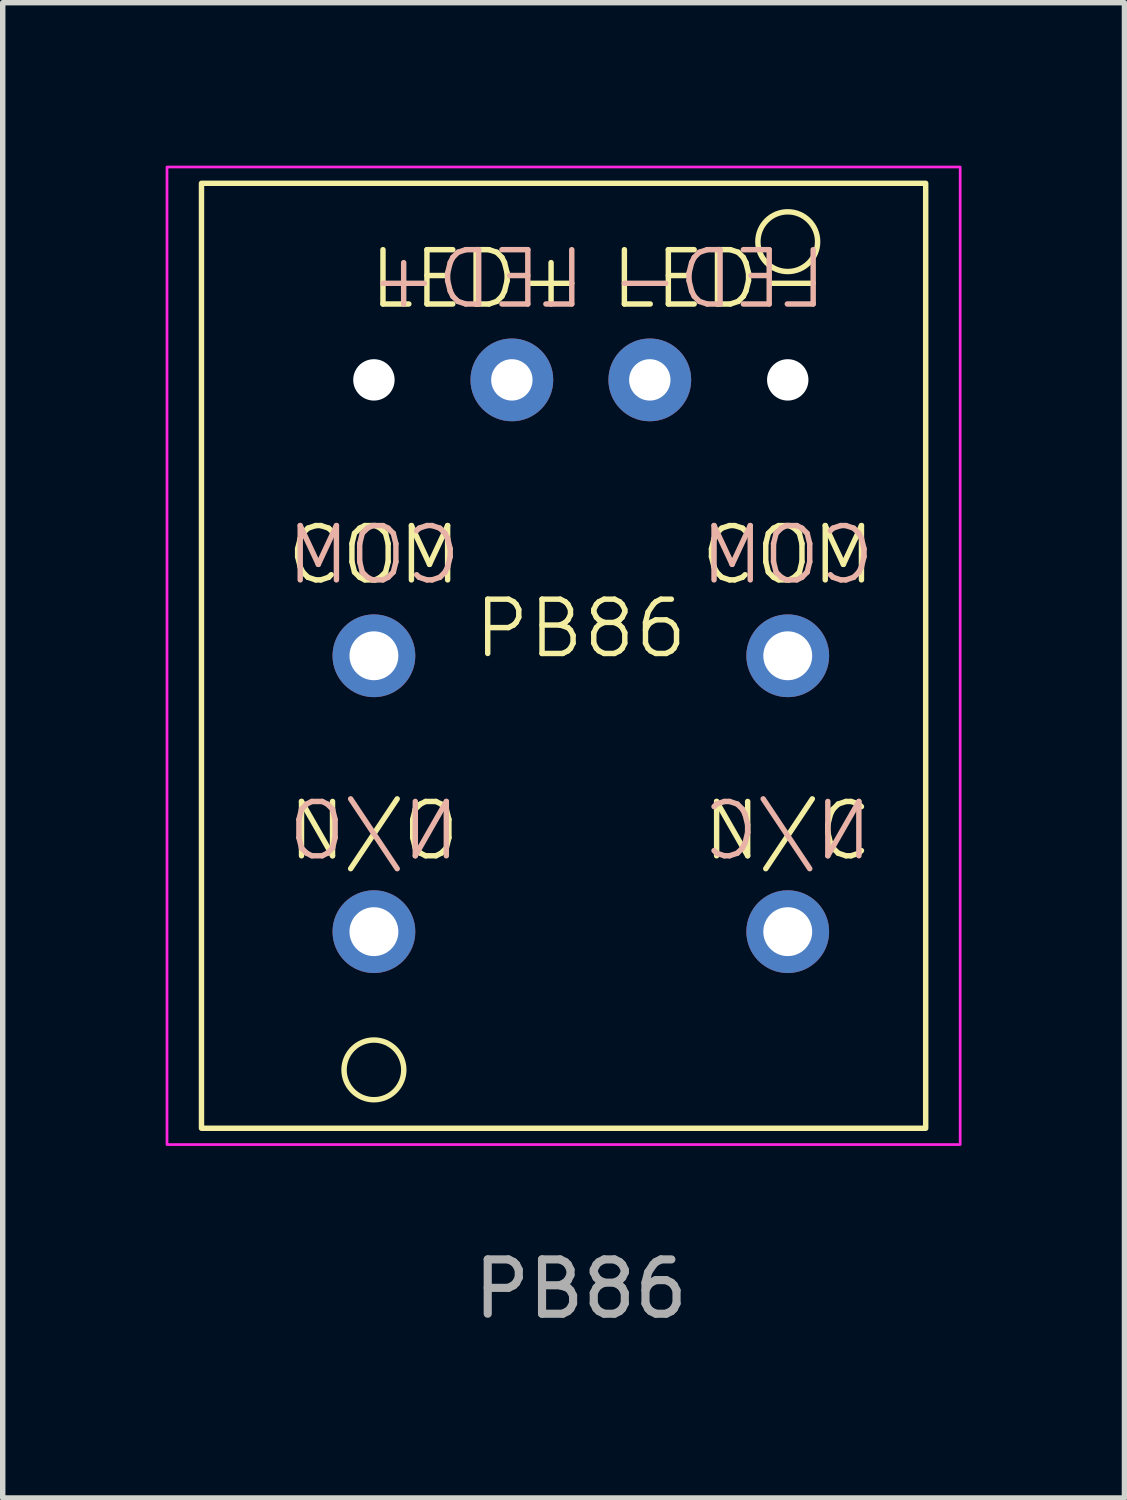
<source format=kicad_pcb>
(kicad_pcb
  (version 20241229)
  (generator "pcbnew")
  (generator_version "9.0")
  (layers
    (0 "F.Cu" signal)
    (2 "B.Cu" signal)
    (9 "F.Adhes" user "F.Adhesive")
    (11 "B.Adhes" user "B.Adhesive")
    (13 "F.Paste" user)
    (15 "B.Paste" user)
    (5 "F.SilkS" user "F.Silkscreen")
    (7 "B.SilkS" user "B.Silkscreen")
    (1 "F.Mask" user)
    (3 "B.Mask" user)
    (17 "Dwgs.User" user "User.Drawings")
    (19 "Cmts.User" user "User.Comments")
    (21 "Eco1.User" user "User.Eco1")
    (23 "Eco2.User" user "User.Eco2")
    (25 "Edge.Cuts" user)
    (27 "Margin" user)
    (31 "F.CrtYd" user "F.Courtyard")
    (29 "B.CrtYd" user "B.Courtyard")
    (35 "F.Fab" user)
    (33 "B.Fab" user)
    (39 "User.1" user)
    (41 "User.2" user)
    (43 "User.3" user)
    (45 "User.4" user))
  (footprint "PB86"
    (layer "F.Cu")
    (at 7.645 9.025)
    (property "Reference" "PB86" (at 0 -0.5 0) (unlocked yes) (layer "F.SilkS") (effects (font (size 1 1) (thickness 0.1))))
    (attr through_hole)
    (fp_rect (start -6.985 -8.7) (end 6.35 8.7) (stroke (width 0.1) (type default)) (fill no) (layer "F.SilkS"))
    (fp_circle (center -3.81 7.625) (end -3.26 7.625) (stroke (width 0.1) (type default)) (fill no) (layer "F.SilkS"))
    (fp_circle (center 3.81 -7.625) (end 4.36 -7.625) (stroke (width 0.1) (type default)) (fill no) (layer "F.SilkS"))
    (fp_rect (start -7.62 -9) (end 6.985 9) (stroke (width 0.05) (type default)) (fill no) (layer "F.CrtYd"))
    (fp_text user "COM" (at 3.81 -1.27 0) (unlocked yes) (layer "F.SilkS") (effects (font (size 1 1) (thickness 0.1)) (justify bottom)))
    (fp_text user "LED+" (at -1.905 -6.35 0) (unlocked yes) (layer "F.SilkS") (effects (font (size 1 1) (thickness 0.1)) (justify bottom)))
    (fp_text user "N/O" (at -3.81 3.81 0) (unlocked yes) (layer "F.SilkS") (effects (font (size 1 1) (thickness 0.1)) (justify bottom)))
    (fp_text user "N/C" (at 3.81 3.81 0) (unlocked yes) (layer "F.SilkS") (effects (font (size 1 1) (thickness 0.1)) (justify bottom)))
    (fp_text user "COM" (at -3.81 -1.27 0) (unlocked yes) (layer "F.SilkS") (effects (font (size 1 1) (thickness 0.1)) (justify bottom)))
    (fp_text user "LED-" (at 2.54 -6.35 0) (layer "F.SilkS") (effects (font (size 1 1) (thickness 0.1)) (justify bottom)))
    (fp_text user "COM" (at -3.81 -1.27 0) (unlocked yes) (layer "B.SilkS") (effects (font (size 1 1) (thickness 0.1)) (justify bottom mirror)))
    (fp_text user "LED+" (at -1.905 -6.35 0) (unlocked yes) (layer "B.SilkS") (effects (font (size 1 1) (thickness 0.1)) (justify bottom mirror)))
    (fp_text user "N/O" (at -3.81 3.81 0) (unlocked yes) (layer "B.SilkS") (effects (font (size 1 1) (thickness 0.1)) (justify bottom mirror)))
    (fp_text user "N/C" (at 3.81 3.81 0) (unlocked yes) (layer "B.SilkS") (effects (font (size 1 1) (thickness 0.1)) (justify bottom mirror)))
    (fp_text user "LED-" (at 2.54 -6.35 0) (layer "B.SilkS") (effects (font (size 1 1) (thickness 0.1)) (justify bottom mirror)))
    (fp_text user "COM" (at 3.81 -1.27 0) (unlocked yes) (layer "B.SilkS") (effects (font (size 1 1) (thickness 0.1)) (justify bottom mirror)))
    (fp_text user "${REFERENCE}" (at 0 11.66 0) (unlocked yes) (layer "F.Fab") (effects (font (size 1 1) (thickness 0.15))))
    (pad "" np_thru_hole circle (at -3.81 -5.08) (size 0.762 0.762) (drill 0.762) (layers "*.Cu" "*.Mask"))
    (pad "" np_thru_hole circle (at 3.81 -5.08) (size 0.762 0.762) (drill 0.762) (layers "*.Cu" "*.Mask"))
    (pad "1" thru_hole circle (at -3.81 0) (size 1.524 1.524) (drill 0.9) (layers "*.Cu" "*.Mask"))
    (pad "1" thru_hole circle (at 3.81 0) (size 1.524 1.524) (drill 0.9) (layers "*.Cu" "*.Mask"))
    (pad "2" thru_hole circle (at -3.81 5.08) (size 1.524 1.524) (drill 0.9) (layers "*.Cu" "*.Mask"))
    (pad "3" thru_hole circle (at 3.81 5.08) (size 1.524 1.524) (drill 0.9) (layers "*.Cu" "*.Mask"))
    (pad "5" thru_hole circle (at -1.27 -5.08) (size 1.524 1.524) (drill 0.762) (layers "*.Cu" "*.Mask"))
    (pad "6" thru_hole circle (at 1.27 -5.08) (size 1.524 1.524) (drill 0.762) (layers "*.Cu" "*.Mask")))
  (gr_rect
    (start -3 -3)
    (end 17.655 24.533)
    (stroke (width 0.1) (type default))
    (fill no)
    (layer "Edge.Cuts")))
</source>
